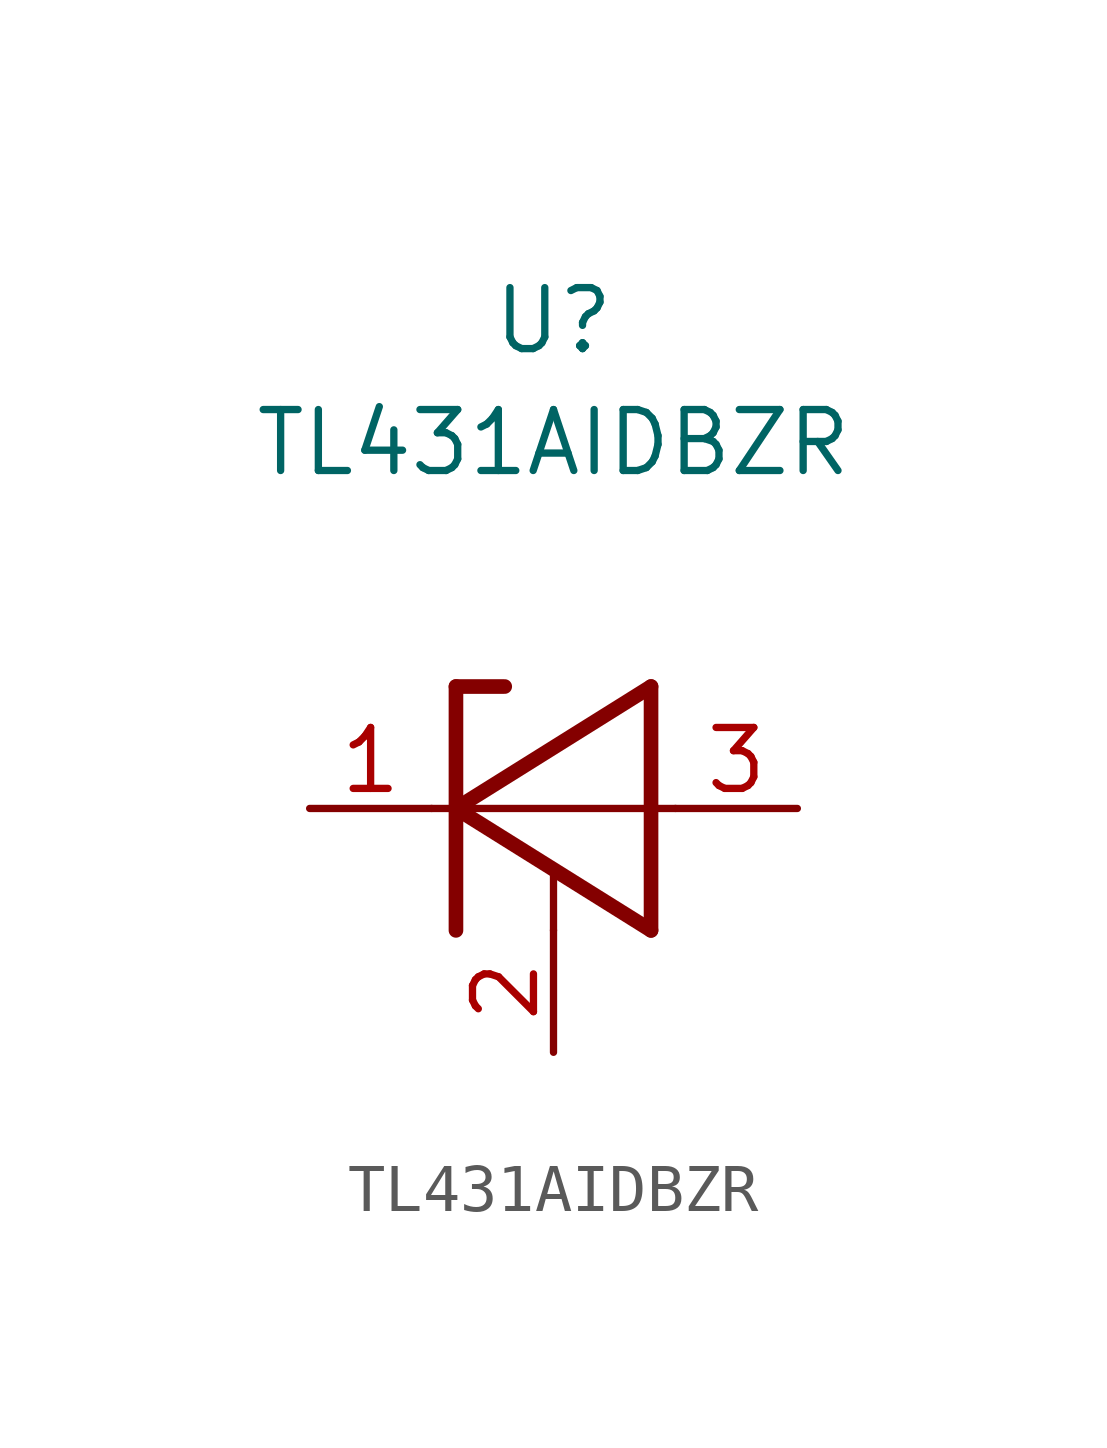
<source format=kicad_sym>
(kicad_symbol_lib
  (version 20211014)
  (generator kicad_symbol_editor)
  (symbol "TL431AIDBZR"
    (pin_names
      (offset 1.016) hide)
    (property "Reference" "U"
      (at 0 10.16 0)
      (effects (font (size 1.27 1.27))))
    (property "Value" "TL431AIDBZR"
      (at 0 7.62 0)
      (effects (font (size 1.27 1.27))))
    (symbol "TL431AIDBZR_0_1"
      (polyline (pts (xy 0 -2.54) (xy 0 -1.27)) (stroke (width 0) (type default) (color 0 0 0 0)) (fill (type none))))
    (symbol "TL431AIDBZR_1_1"
      (polyline (pts (xy -2.54 0) (xy 2.54 0)) (stroke (width 0) (type default) (color 0 0 0 0)) (fill (type none)))
      (polyline (pts (xy -2.032 2.54) (xy -2.032 -2.54)) (stroke (width 0.305) (type default) (color 0 0 0 0)) (fill (type none)))
      (polyline (pts (xy -1.016 2.54) (xy -2.032 2.54)) (stroke (width 0.305) (type default) (color 0 0 0 0)) (fill (type none)))
      (polyline (pts (xy 2.032 2.54) (xy 2.032 -2.54)) (stroke (width 0.305) (type default) (color 0 0 0 0)) (fill (type none)))
      (polyline (pts (xy 2.032 2.54) (xy -2.032 0) (xy 2.032 -2.54)) (stroke (width 0.305) (type default) (color 0 0 0 0)) (fill (type none)))
      (pin passive line (at -5.08 0 0) (length 2.54) (name "1" (effects (font (size 1.27 1.27)))) (number "1" (effects (font (size 1.27 1.27)))))
      (pin passive line (at 0 -5.08 90) (length 2.54) (name "2" (effects (font (size 1.27 1.27)))) (number "2" (effects (font (size 1.27 1.27)))))
      (pin passive line (at 5.08 0 180) (length 2.54) (name "3" (effects (font (size 1.27 1.27)))) (number "3" (effects (font (size 1.27 1.27))))))))
</source>
